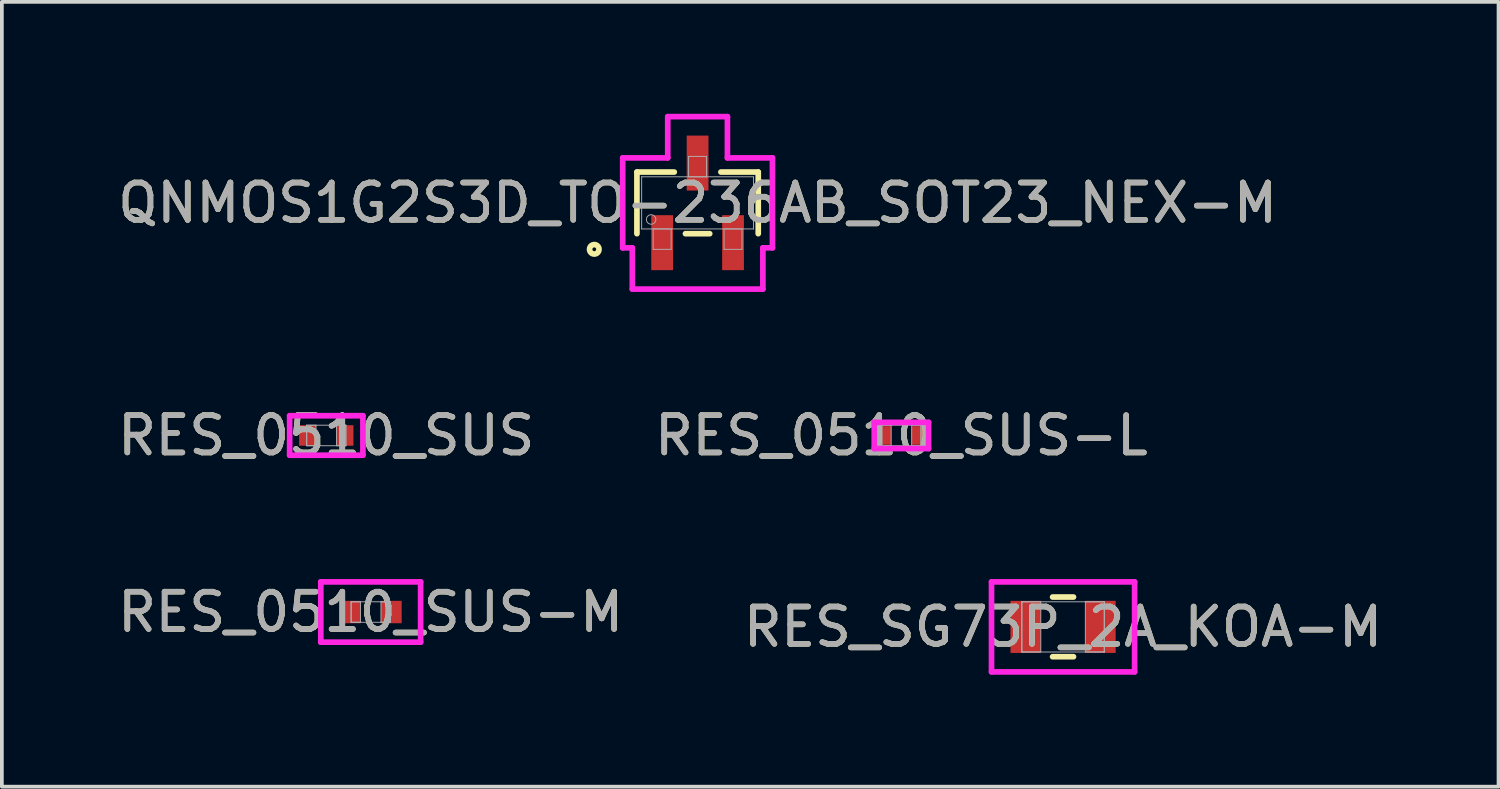
<source format=kicad_pcb>
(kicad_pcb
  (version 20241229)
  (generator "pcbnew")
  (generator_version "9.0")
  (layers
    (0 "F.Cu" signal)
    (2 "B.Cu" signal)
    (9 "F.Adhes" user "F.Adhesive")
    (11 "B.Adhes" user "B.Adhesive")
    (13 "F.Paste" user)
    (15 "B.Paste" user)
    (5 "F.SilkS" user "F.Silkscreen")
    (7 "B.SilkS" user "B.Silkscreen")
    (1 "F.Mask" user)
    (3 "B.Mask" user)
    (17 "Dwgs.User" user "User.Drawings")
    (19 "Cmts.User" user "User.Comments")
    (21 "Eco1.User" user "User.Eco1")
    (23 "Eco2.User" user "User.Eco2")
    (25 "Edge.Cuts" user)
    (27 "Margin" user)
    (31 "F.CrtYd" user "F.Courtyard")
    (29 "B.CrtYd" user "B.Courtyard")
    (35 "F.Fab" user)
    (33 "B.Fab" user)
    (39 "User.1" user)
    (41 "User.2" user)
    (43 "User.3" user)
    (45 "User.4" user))
  (footprint "RES_SG73P_2A_KOA-M"
    (layer "F.Cu")
    (at 25.446 13.754)
    (property "Reference" "RES_SG73P_2A_KOA-M" (at 0 0 0) (unlocked yes) (layer "F.SilkS") (effects (font (size 1 1) (thickness 0.15))))
    (attr smd)
    (fp_line (start -0.28 0.8) (end 0.28 0.8) (stroke (width 0.152) (type solid)) (layer "F.SilkS"))
    (fp_line (start 0.28 -0.8) (end -0.28 -0.8) (stroke (width 0.152) (type solid)) (layer "F.SilkS"))
    (fp_line (start -1.918 -1.206) (end 1.918 -1.206) (stroke (width 0.152) (type solid)) (layer "F.CrtYd"))
    (fp_line (start -1.918 1.206) (end -1.918 -1.206) (stroke (width 0.152) (type solid)) (layer "F.CrtYd"))
    (fp_line (start 1.918 -1.206) (end 1.918 1.206) (stroke (width 0.152) (type solid)) (layer "F.CrtYd"))
    (fp_line (start 1.918 1.206) (end -1.918 1.206) (stroke (width 0.152) (type solid)) (layer "F.CrtYd"))
    (fp_line (start -1.105 -0.673) (end -1.105 0.673) (stroke (width 0.025) (type solid)) (layer "F.Fab"))
    (fp_line (start -1.105 -0.673) (end -1.105 0.673) (stroke (width 0.025) (type solid)) (layer "F.Fab"))
    (fp_line (start -1.105 0.673) (end -0.597 0.673) (stroke (width 0.025) (type solid)) (layer "F.Fab"))
    (fp_line (start -1.105 0.673) (end 1.105 0.673) (stroke (width 0.025) (type solid)) (layer "F.Fab"))
    (fp_line (start -0.597 -0.673) (end -1.105 -0.673) (stroke (width 0.025) (type solid)) (layer "F.Fab"))
    (fp_line (start -0.597 0.673) (end -0.597 -0.673) (stroke (width 0.025) (type solid)) (layer "F.Fab"))
    (fp_line (start 0.597 -0.673) (end 0.597 0.673) (stroke (width 0.025) (type solid)) (layer "F.Fab"))
    (fp_line (start 0.597 0.673) (end 1.105 0.673) (stroke (width 0.025) (type solid)) (layer "F.Fab"))
    (fp_line (start 1.105 -0.673) (end -1.105 -0.673) (stroke (width 0.025) (type solid)) (layer "F.Fab"))
    (fp_line (start 1.105 -0.673) (end 0.597 -0.673) (stroke (width 0.025) (type solid)) (layer "F.Fab"))
    (fp_line (start 1.105 0.673) (end 1.105 -0.673) (stroke (width 0.025) (type solid)) (layer "F.Fab"))
    (fp_line (start 1.105 0.673) (end 1.105 -0.673) (stroke (width 0.025) (type solid)) (layer "F.Fab"))
    (fp_text user "${REFERENCE}" (at 0 0 0) (unlocked yes) (layer "F.Fab") (effects (font (size 1 1) (thickness 0.15))))
    (pad "1" smd rect (at -1.003 0) (size 0.813 1.397) (layers "F.Cu" "F.Mask" "F.Paste"))
    (pad "2" smd rect (at 1.003 0) (size 0.813 1.397) (layers "F.Cu" "F.Mask" "F.Paste"))
    (zone (net_name "") (layer "F.Cu") (hatch full 0.508) (connect_pads) (min_thickness 0.254) (filled_areas_thickness no) (keepout (tracks not_allowed) (vias not_allowed) (pads allowed) (copperpour not_allowed) (footprints allowed)) (placement (enabled no)) (fill) (polygon (pts (xy 24.9 13.132) (xy 25.993 13.132) (xy 25.993 14.377) (xy 24.9 14.377)))))
  (footprint "RES_0510_SUS"
    (layer "F.Cu")
    (at 5.696 8.623)
    (property "Reference" "RES_0510_SUS" (at 0 0 0) (unlocked yes) (layer "F.SilkS") (effects (font (size 1 1) (thickness 0.15))))
    (attr smd)
    (fp_line (start -0.982 -0.529) (end 0.982 -0.529) (stroke (width 0.152) (type solid)) (layer "F.CrtYd"))
    (fp_line (start -0.982 0.529) (end -0.982 -0.529) (stroke (width 0.152) (type solid)) (layer "F.CrtYd"))
    (fp_line (start 0.982 -0.529) (end 0.982 0.529) (stroke (width 0.152) (type solid)) (layer "F.CrtYd"))
    (fp_line (start 0.982 0.529) (end -0.982 0.529) (stroke (width 0.152) (type solid)) (layer "F.CrtYd"))
    (fp_line (start -0.525 -0.275) (end -0.525 0.275) (stroke (width 0.025) (type solid)) (layer "F.Fab"))
    (fp_line (start -0.525 -0.275) (end -0.525 0.275) (stroke (width 0.025) (type solid)) (layer "F.Fab"))
    (fp_line (start -0.525 0.275) (end -0.275 0.275) (stroke (width 0.025) (type solid)) (layer "F.Fab"))
    (fp_line (start -0.525 0.275) (end 0.525 0.275) (stroke (width 0.025) (type solid)) (layer "F.Fab"))
    (fp_line (start -0.275 -0.275) (end -0.525 -0.275) (stroke (width 0.025) (type solid)) (layer "F.Fab"))
    (fp_line (start -0.275 0.275) (end -0.275 -0.275) (stroke (width 0.025) (type solid)) (layer "F.Fab"))
    (fp_line (start 0.275 -0.275) (end 0.275 0.275) (stroke (width 0.025) (type solid)) (layer "F.Fab"))
    (fp_line (start 0.275 0.275) (end 0.525 0.275) (stroke (width 0.025) (type solid)) (layer "F.Fab"))
    (fp_line (start 0.525 -0.275) (end -0.525 -0.275) (stroke (width 0.025) (type solid)) (layer "F.Fab"))
    (fp_line (start 0.525 -0.275) (end 0.275 -0.275) (stroke (width 0.025) (type solid)) (layer "F.Fab"))
    (fp_line (start 0.525 0.275) (end 0.525 -0.275) (stroke (width 0.025) (type solid)) (layer "F.Fab"))
    (fp_line (start 0.525 0.275) (end 0.525 -0.275) (stroke (width 0.025) (type solid)) (layer "F.Fab"))
    (fp_text user "${REFERENCE}" (at 0 0 0) (unlocked yes) (layer "F.Fab") (effects (font (size 1 1) (thickness 0.15))))
    (pad "1" smd rect (at -0.502 0) (size 0.453 0.55) (layers "F.Cu" "F.Mask" "F.Paste"))
    (pad "2" smd rect (at 0.502 0) (size 0.453 0.55) (layers "F.Cu" "F.Mask" "F.Paste"))
    (zone (net_name "") (layer "F.Cu") (hatch full 0.508) (connect_pads) (min_thickness 0.254) (filled_areas_thickness no) (keepout (tracks not_allowed) (vias not_allowed) (pads allowed) (copperpour not_allowed) (footprints allowed)) (placement (enabled no)) (fill) (polygon (pts (xy 5.472 8.399) (xy 5.921 8.399) (xy 5.921 8.848) (xy 5.472 8.848)))))
  (footprint "RES_0510_SUS-L"
    (layer "F.Cu")
    (at 21.113 8.623)
    (property "Reference" "RES_0510_SUS-L" (at 0 0 0) (unlocked yes) (layer "F.SilkS") (effects (font (size 1 1) (thickness 0.15))))
    (attr smd)
    (fp_line (start -0.728 -0.351) (end 0.728 -0.351) (stroke (width 0.152) (type solid)) (layer "F.CrtYd"))
    (fp_line (start -0.728 0.351) (end -0.728 -0.351) (stroke (width 0.152) (type solid)) (layer "F.CrtYd"))
    (fp_line (start 0.728 -0.351) (end 0.728 0.351) (stroke (width 0.152) (type solid)) (layer "F.CrtYd"))
    (fp_line (start 0.728 0.351) (end -0.728 0.351) (stroke (width 0.152) (type solid)) (layer "F.CrtYd"))
    (fp_line (start -0.525 -0.275) (end -0.525 0.275) (stroke (width 0.025) (type solid)) (layer "F.Fab"))
    (fp_line (start -0.525 -0.275) (end -0.525 0.275) (stroke (width 0.025) (type solid)) (layer "F.Fab"))
    (fp_line (start -0.525 0.275) (end -0.275 0.275) (stroke (width 0.025) (type solid)) (layer "F.Fab"))
    (fp_line (start -0.525 0.275) (end 0.525 0.275) (stroke (width 0.025) (type solid)) (layer "F.Fab"))
    (fp_line (start -0.275 -0.275) (end -0.525 -0.275) (stroke (width 0.025) (type solid)) (layer "F.Fab"))
    (fp_line (start -0.275 0.275) (end -0.275 -0.275) (stroke (width 0.025) (type solid)) (layer "F.Fab"))
    (fp_line (start 0.275 -0.275) (end 0.275 0.275) (stroke (width 0.025) (type solid)) (layer "F.Fab"))
    (fp_line (start 0.275 0.275) (end 0.525 0.275) (stroke (width 0.025) (type solid)) (layer "F.Fab"))
    (fp_line (start 0.525 -0.275) (end -0.525 -0.275) (stroke (width 0.025) (type solid)) (layer "F.Fab"))
    (fp_line (start 0.525 -0.275) (end 0.275 -0.275) (stroke (width 0.025) (type solid)) (layer "F.Fab"))
    (fp_line (start 0.525 0.275) (end 0.525 -0.275) (stroke (width 0.025) (type solid)) (layer "F.Fab"))
    (fp_line (start 0.525 0.275) (end 0.525 -0.275) (stroke (width 0.025) (type solid)) (layer "F.Fab"))
    (fp_text user "${REFERENCE}" (at 0 0 0) (unlocked yes) (layer "F.Fab") (effects (font (size 1 1) (thickness 0.15))))
    (pad "1" smd rect (at -0.451 0) (size 0.352 0.499) (layers "F.Cu" "F.Mask" "F.Paste"))
    (pad "2" smd rect (at 0.451 0) (size 0.352 0.499) (layers "F.Cu" "F.Mask" "F.Paste"))
    (zone (net_name "") (layer "F.Cu") (hatch full 0.508) (connect_pads) (min_thickness 0.254) (filled_areas_thickness no) (keepout (tracks not_allowed) (vias not_allowed) (pads allowed) (copperpour not_allowed) (footprints allowed)) (placement (enabled no)) (fill) (polygon (pts (xy 20.889 8.399) (xy 21.337 8.399) (xy 21.337 8.848) (xy 20.889 8.848)))))
  (footprint "RES_0510_SUS-M"
    (layer "F.Cu")
    (at 6.887 13.356)
    (property "Reference" "RES_0510_SUS-M" (at 0 0 0) (unlocked yes) (layer "F.SilkS") (effects (font (size 1 1) (thickness 0.15))))
    (attr smd)
    (fp_line (start -1.338 -0.808) (end 1.338 -0.808) (stroke (width 0.152) (type solid)) (layer "F.CrtYd"))
    (fp_line (start -1.338 0.808) (end -1.338 -0.808) (stroke (width 0.152) (type solid)) (layer "F.CrtYd"))
    (fp_line (start 1.338 -0.808) (end 1.338 0.808) (stroke (width 0.152) (type solid)) (layer "F.CrtYd"))
    (fp_line (start 1.338 0.808) (end -1.338 0.808) (stroke (width 0.152) (type solid)) (layer "F.CrtYd"))
    (fp_line (start -0.525 -0.275) (end -0.525 0.275) (stroke (width 0.025) (type solid)) (layer "F.Fab"))
    (fp_line (start -0.525 -0.275) (end -0.525 0.275) (stroke (width 0.025) (type solid)) (layer "F.Fab"))
    (fp_line (start -0.525 0.275) (end -0.275 0.275) (stroke (width 0.025) (type solid)) (layer "F.Fab"))
    (fp_line (start -0.525 0.275) (end 0.525 0.275) (stroke (width 0.025) (type solid)) (layer "F.Fab"))
    (fp_line (start -0.275 -0.275) (end -0.525 -0.275) (stroke (width 0.025) (type solid)) (layer "F.Fab"))
    (fp_line (start -0.275 0.275) (end -0.275 -0.275) (stroke (width 0.025) (type solid)) (layer "F.Fab"))
    (fp_line (start 0.275 -0.275) (end 0.275 0.275) (stroke (width 0.025) (type solid)) (layer "F.Fab"))
    (fp_line (start 0.275 0.275) (end 0.525 0.275) (stroke (width 0.025) (type solid)) (layer "F.Fab"))
    (fp_line (start 0.525 -0.275) (end -0.525 -0.275) (stroke (width 0.025) (type solid)) (layer "F.Fab"))
    (fp_line (start 0.525 -0.275) (end 0.275 -0.275) (stroke (width 0.025) (type solid)) (layer "F.Fab"))
    (fp_line (start 0.525 0.275) (end 0.525 -0.275) (stroke (width 0.025) (type solid)) (layer "F.Fab"))
    (fp_line (start 0.525 0.275) (end 0.525 -0.275) (stroke (width 0.025) (type solid)) (layer "F.Fab"))
    (fp_text user "${REFERENCE}" (at 0 0 0) (unlocked yes) (layer "F.Fab") (effects (font (size 1 1) (thickness 0.15))))
    (pad "1" smd rect (at -0.552 0) (size 0.555 0.601) (layers "F.Cu" "F.Mask" "F.Paste"))
    (pad "2" smd rect (at 0.552 0) (size 0.555 0.601) (layers "F.Cu" "F.Mask" "F.Paste"))
    (zone (net_name "") (layer "F.Cu") (hatch full 0.508) (connect_pads) (min_thickness 0.254) (filled_areas_thickness no) (keepout (tracks not_allowed) (vias not_allowed) (pads allowed) (copperpour not_allowed) (footprints allowed)) (placement (enabled no)) (fill) (polygon (pts (xy 6.663 13.132) (xy 7.111 13.132) (xy 7.111 13.581) (xy 6.663 13.581)))))
  (footprint "QNMOS1G2S3D_TO-236AB_SOT23_NEX-M"
    (layer "F.Cu")
    (at 15.649 2.388)
    (property "Reference" "QNMOS1G2S3D_TO-236AB_SOT23_NEX-M" (at 0 0 0) (unlocked yes) (layer "F.SilkS") (effects (font (size 1 1) (thickness 0.15))))
    (attr smd)
    (fp_line (start -1.626 -0.826) (end -1.626 0.826) (stroke (width 0.152) (type solid)) (layer "F.SilkS"))
    (fp_line (start -0.625 -0.826) (end -1.626 -0.826) (stroke (width 0.152) (type solid)) (layer "F.SilkS"))
    (fp_line (start -0.325 0.826) (end 0.325 0.826) (stroke (width 0.152) (type solid)) (layer "F.SilkS"))
    (fp_line (start 1.626 -0.826) (end 0.625 -0.826) (stroke (width 0.152) (type solid)) (layer "F.SilkS"))
    (fp_line (start 1.626 0.826) (end 1.626 -0.826) (stroke (width 0.152) (type solid)) (layer "F.SilkS"))
    (fp_circle (center -2.769 1.245) (end -2.642 1.245) (stroke (width 0.152) (type solid)) (fill no) (layer "F.SilkS"))
    (fp_line (start -2.007 -1.206) (end -0.8 -1.206) (stroke (width 0.152) (type solid)) (layer "F.CrtYd"))
    (fp_line (start -2.007 1.206) (end -2.007 -1.206) (stroke (width 0.152) (type solid)) (layer "F.CrtYd"))
    (fp_line (start -2.007 1.206) (end -1.75 1.206) (stroke (width 0.152) (type solid)) (layer "F.CrtYd"))
    (fp_line (start -1.75 1.206) (end -1.75 2.311) (stroke (width 0.152) (type solid)) (layer "F.CrtYd"))
    (fp_line (start -1.75 2.311) (end 1.75 2.311) (stroke (width 0.152) (type solid)) (layer "F.CrtYd"))
    (fp_line (start -0.8 -2.311) (end 0.8 -2.311) (stroke (width 0.152) (type solid)) (layer "F.CrtYd"))
    (fp_line (start -0.8 -1.206) (end -0.8 -2.311) (stroke (width 0.152) (type solid)) (layer "F.CrtYd"))
    (fp_line (start 0.8 -1.206) (end 0.8 -2.311) (stroke (width 0.152) (type solid)) (layer "F.CrtYd"))
    (fp_line (start 1.75 1.206) (end 1.75 2.311) (stroke (width 0.152) (type solid)) (layer "F.CrtYd"))
    (fp_line (start 2.007 -1.206) (end 0.8 -1.206) (stroke (width 0.152) (type solid)) (layer "F.CrtYd"))
    (fp_line (start 2.007 -1.206) (end 2.007 1.206) (stroke (width 0.152) (type solid)) (layer "F.CrtYd"))
    (fp_line (start 2.007 1.206) (end 1.75 1.206) (stroke (width 0.152) (type solid)) (layer "F.CrtYd"))
    (fp_line (start -1.499 -0.699) (end -1.499 0.699) (stroke (width 0.025) (type solid)) (layer "F.Fab"))
    (fp_line (start -1.499 0.699) (end 1.499 0.699) (stroke (width 0.025) (type solid)) (layer "F.Fab"))
    (fp_line (start -1.191 0.699) (end -1.191 1.245) (stroke (width 0.025) (type solid)) (layer "F.Fab"))
    (fp_line (start -1.191 1.245) (end -0.709 1.245) (stroke (width 0.025) (type solid)) (layer "F.Fab"))
    (fp_line (start -0.709 0.699) (end -1.191 0.699) (stroke (width 0.025) (type solid)) (layer "F.Fab"))
    (fp_line (start -0.709 1.245) (end -0.709 0.699) (stroke (width 0.025) (type solid)) (layer "F.Fab"))
    (fp_line (start -0.241 -1.245) (end -0.241 -0.699) (stroke (width 0.025) (type solid)) (layer "F.Fab"))
    (fp_line (start -0.241 -0.699) (end 0.241 -0.699) (stroke (width 0.025) (type solid)) (layer "F.Fab"))
    (fp_line (start 0.241 -1.245) (end -0.241 -1.245) (stroke (width 0.025) (type solid)) (layer "F.Fab"))
    (fp_line (start 0.241 -0.699) (end 0.241 -1.245) (stroke (width 0.025) (type solid)) (layer "F.Fab"))
    (fp_line (start 0.709 0.699) (end 0.709 1.245) (stroke (width 0.025) (type solid)) (layer "F.Fab"))
    (fp_line (start 0.709 1.245) (end 1.191 1.245) (stroke (width 0.025) (type solid)) (layer "F.Fab"))
    (fp_line (start 1.191 0.699) (end 0.709 0.699) (stroke (width 0.025) (type solid)) (layer "F.Fab"))
    (fp_line (start 1.191 1.245) (end 1.191 0.699) (stroke (width 0.025) (type solid)) (layer "F.Fab"))
    (fp_line (start 1.499 -0.699) (end -1.499 -0.699) (stroke (width 0.025) (type solid)) (layer "F.Fab"))
    (fp_line (start 1.499 0.699) (end 1.499 -0.699) (stroke (width 0.025) (type solid)) (layer "F.Fab"))
    (fp_circle (center -1.245 0.445) (end -1.118 0.445) (stroke (width 0.025) (type solid)) (fill no) (layer "F.Fab"))
    (fp_text user "${REFERENCE}" (at 0 0 0) (unlocked yes) (layer "F.Fab") (effects (font (size 1 1) (thickness 0.15))))
    (pad "1" smd rect (at -0.95 1.067) (size 0.584 1.473) (layers "F.Cu" "F.Mask" "F.Paste"))
    (pad "2" smd rect (at 0.95 1.067) (size 0.584 1.473) (layers "F.Cu" "F.Mask" "F.Paste"))
    (pad "3" smd rect (at 0 -1.067) (size 0.584 1.473) (layers "F.Cu" "F.Mask" "F.Paste")))
  (gr_rect
    (start -3 -3)
    (end 37.119 18.037)
    (stroke (width 0.1) (type default))
    (fill no)
    (layer "Edge.Cuts")))
</source>
